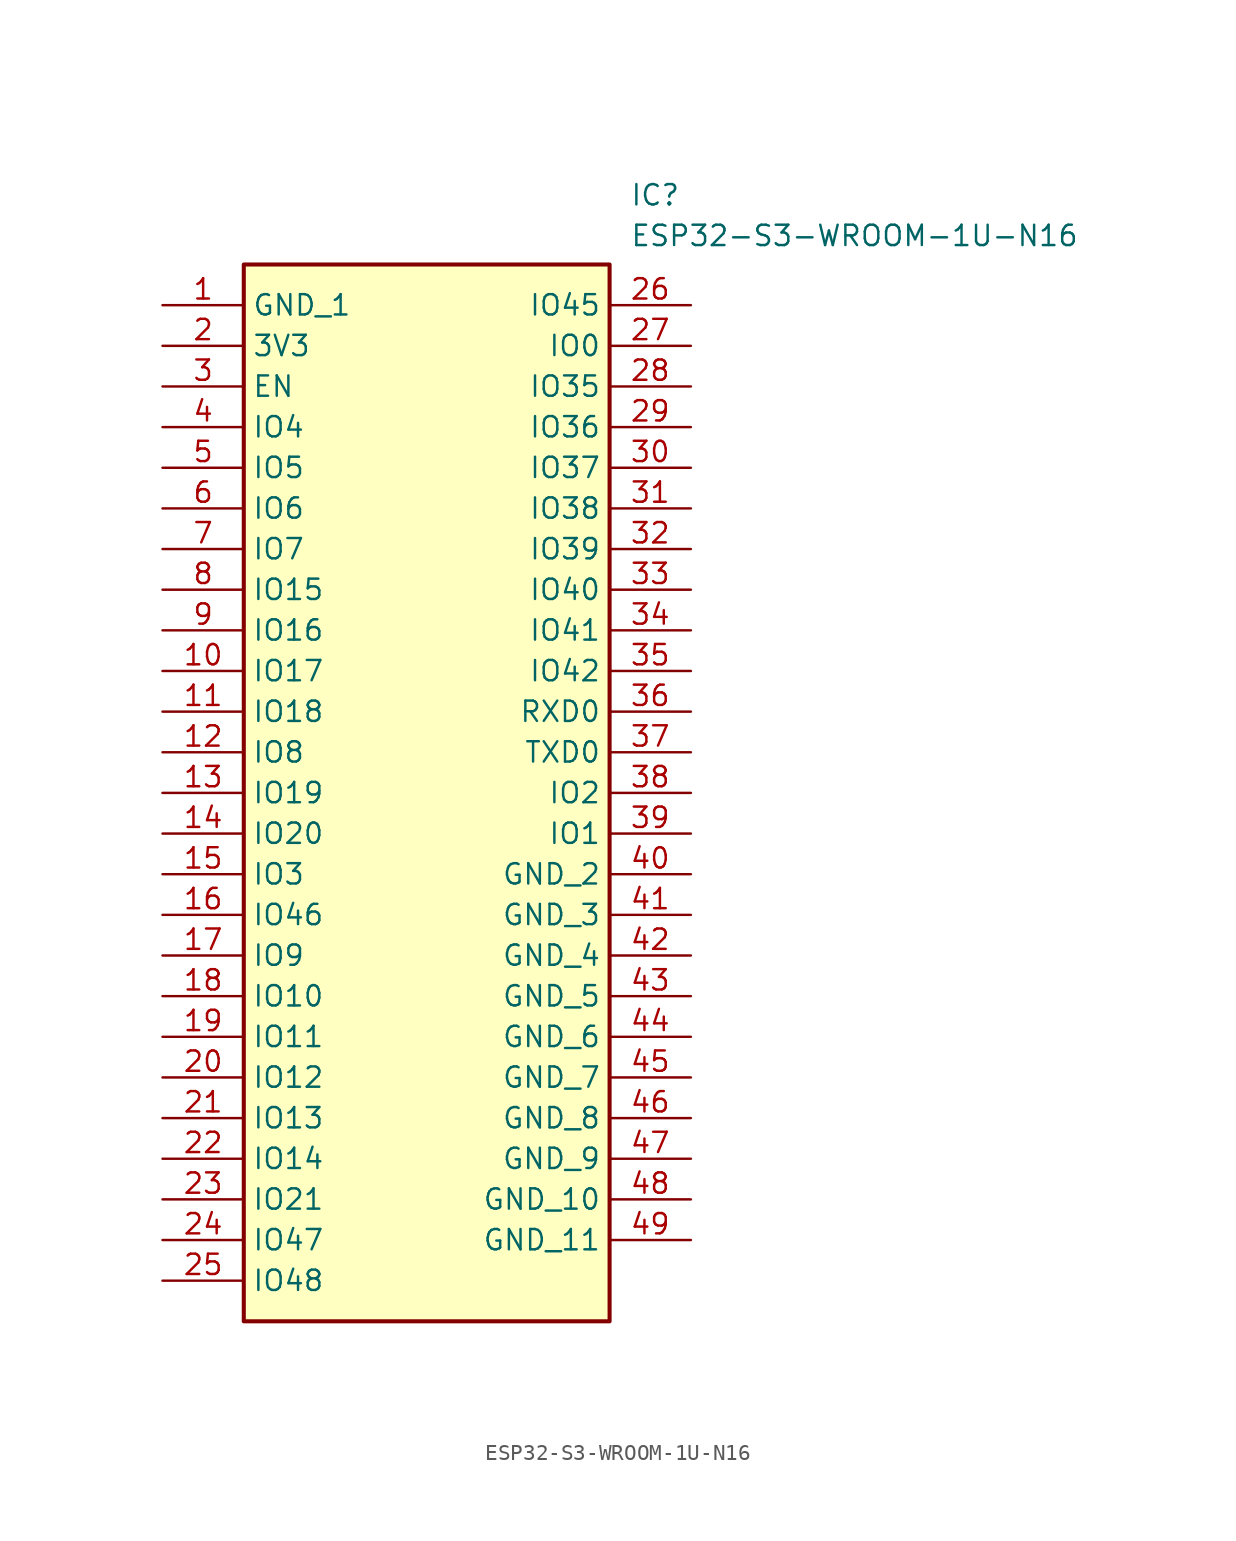
<source format=kicad_sym>
(kicad_symbol_lib
  (version 20211014)
  (generator SamacSys_ECAD_Model)
  (symbol "ESP32-S3-WROOM-1U-N16"
    (property "Reference" "IC"
      (at 29.21 7.62 0)
      (effects (font (size 1.27 1.27)) (justify left top)))
    (property "Value" "ESP32-S3-WROOM-1U-N16"
      (at 29.21 5.08 0)
      (effects (font (size 1.27 1.27)) (justify left top)))
    (rectangle
      (start 5.08 2.54)
      (end 27.94 -63.5)
      (stroke (width 0.254) (type default))
      (fill (type background)))
    (pin passive line
      (at 0 0 0)
      (length 5.08)
      (name "GND_1" (effects (font (size 1.27 1.27))))
      (number "1" (effects (font (size 1.27 1.27)))))
    (pin passive line
      (at 0 -2.54 0)
      (length 5.08)
      (name "3V3" (effects (font (size 1.27 1.27))))
      (number "2" (effects (font (size 1.27 1.27)))))
    (pin passive line
      (at 0 -5.08 0)
      (length 5.08)
      (name "EN" (effects (font (size 1.27 1.27))))
      (number "3" (effects (font (size 1.27 1.27)))))
    (pin passive line
      (at 0 -7.62 0)
      (length 5.08)
      (name "IO4" (effects (font (size 1.27 1.27))))
      (number "4" (effects (font (size 1.27 1.27)))))
    (pin passive line
      (at 0 -10.16 0)
      (length 5.08)
      (name "IO5" (effects (font (size 1.27 1.27))))
      (number "5" (effects (font (size 1.27 1.27)))))
    (pin passive line
      (at 0 -12.7 0)
      (length 5.08)
      (name "IO6" (effects (font (size 1.27 1.27))))
      (number "6" (effects (font (size 1.27 1.27)))))
    (pin passive line
      (at 0 -15.24 0)
      (length 5.08)
      (name "IO7" (effects (font (size 1.27 1.27))))
      (number "7" (effects (font (size 1.27 1.27)))))
    (pin passive line
      (at 0 -17.78 0)
      (length 5.08)
      (name "IO15" (effects (font (size 1.27 1.27))))
      (number "8" (effects (font (size 1.27 1.27)))))
    (pin passive line
      (at 0 -20.32 0)
      (length 5.08)
      (name "IO16" (effects (font (size 1.27 1.27))))
      (number "9" (effects (font (size 1.27 1.27)))))
    (pin passive line
      (at 0 -22.86 0)
      (length 5.08)
      (name "IO17" (effects (font (size 1.27 1.27))))
      (number "10" (effects (font (size 1.27 1.27)))))
    (pin passive line
      (at 0 -25.4 0)
      (length 5.08)
      (name "IO18" (effects (font (size 1.27 1.27))))
      (number "11" (effects (font (size 1.27 1.27)))))
    (pin passive line
      (at 0 -27.94 0)
      (length 5.08)
      (name "IO8" (effects (font (size 1.27 1.27))))
      (number "12" (effects (font (size 1.27 1.27)))))
    (pin passive line
      (at 0 -30.48 0)
      (length 5.08)
      (name "IO19" (effects (font (size 1.27 1.27))))
      (number "13" (effects (font (size 1.27 1.27)))))
    (pin passive line
      (at 0 -33.02 0)
      (length 5.08)
      (name "IO20" (effects (font (size 1.27 1.27))))
      (number "14" (effects (font (size 1.27 1.27)))))
    (pin passive line
      (at 0 -35.56 0)
      (length 5.08)
      (name "IO3" (effects (font (size 1.27 1.27))))
      (number "15" (effects (font (size 1.27 1.27)))))
    (pin passive line
      (at 0 -38.1 0)
      (length 5.08)
      (name "IO46" (effects (font (size 1.27 1.27))))
      (number "16" (effects (font (size 1.27 1.27)))))
    (pin passive line
      (at 0 -40.64 0)
      (length 5.08)
      (name "IO9" (effects (font (size 1.27 1.27))))
      (number "17" (effects (font (size 1.27 1.27)))))
    (pin passive line
      (at 0 -43.18 0)
      (length 5.08)
      (name "IO10" (effects (font (size 1.27 1.27))))
      (number "18" (effects (font (size 1.27 1.27)))))
    (pin passive line
      (at 0 -45.72 0)
      (length 5.08)
      (name "IO11" (effects (font (size 1.27 1.27))))
      (number "19" (effects (font (size 1.27 1.27)))))
    (pin passive line
      (at 0 -48.26 0)
      (length 5.08)
      (name "IO12" (effects (font (size 1.27 1.27))))
      (number "20" (effects (font (size 1.27 1.27)))))
    (pin passive line
      (at 0 -50.8 0)
      (length 5.08)
      (name "IO13" (effects (font (size 1.27 1.27))))
      (number "21" (effects (font (size 1.27 1.27)))))
    (pin passive line
      (at 0 -53.34 0)
      (length 5.08)
      (name "IO14" (effects (font (size 1.27 1.27))))
      (number "22" (effects (font (size 1.27 1.27)))))
    (pin passive line
      (at 0 -55.88 0)
      (length 5.08)
      (name "IO21" (effects (font (size 1.27 1.27))))
      (number "23" (effects (font (size 1.27 1.27)))))
    (pin passive line
      (at 0 -58.42 0)
      (length 5.08)
      (name "IO47" (effects (font (size 1.27 1.27))))
      (number "24" (effects (font (size 1.27 1.27)))))
    (pin passive line
      (at 0 -60.96 0)
      (length 5.08)
      (name "IO48" (effects (font (size 1.27 1.27))))
      (number "25" (effects (font (size 1.27 1.27)))))
    (pin passive line
      (at 33.02 0 180)
      (length 5.08)
      (name "IO45" (effects (font (size 1.27 1.27))))
      (number "26" (effects (font (size 1.27 1.27)))))
    (pin passive line
      (at 33.02 -2.54 180)
      (length 5.08)
      (name "IO0" (effects (font (size 1.27 1.27))))
      (number "27" (effects (font (size 1.27 1.27)))))
    (pin passive line
      (at 33.02 -5.08 180)
      (length 5.08)
      (name "IO35" (effects (font (size 1.27 1.27))))
      (number "28" (effects (font (size 1.27 1.27)))))
    (pin passive line
      (at 33.02 -7.62 180)
      (length 5.08)
      (name "IO36" (effects (font (size 1.27 1.27))))
      (number "29" (effects (font (size 1.27 1.27)))))
    (pin passive line
      (at 33.02 -10.16 180)
      (length 5.08)
      (name "IO37" (effects (font (size 1.27 1.27))))
      (number "30" (effects (font (size 1.27 1.27)))))
    (pin passive line
      (at 33.02 -12.7 180)
      (length 5.08)
      (name "IO38" (effects (font (size 1.27 1.27))))
      (number "31" (effects (font (size 1.27 1.27)))))
    (pin passive line
      (at 33.02 -15.24 180)
      (length 5.08)
      (name "IO39" (effects (font (size 1.27 1.27))))
      (number "32" (effects (font (size 1.27 1.27)))))
    (pin passive line
      (at 33.02 -17.78 180)
      (length 5.08)
      (name "IO40" (effects (font (size 1.27 1.27))))
      (number "33" (effects (font (size 1.27 1.27)))))
    (pin passive line
      (at 33.02 -20.32 180)
      (length 5.08)
      (name "IO41" (effects (font (size 1.27 1.27))))
      (number "34" (effects (font (size 1.27 1.27)))))
    (pin passive line
      (at 33.02 -22.86 180)
      (length 5.08)
      (name "IO42" (effects (font (size 1.27 1.27))))
      (number "35" (effects (font (size 1.27 1.27)))))
    (pin passive line
      (at 33.02 -25.4 180)
      (length 5.08)
      (name "RXD0" (effects (font (size 1.27 1.27))))
      (number "36" (effects (font (size 1.27 1.27)))))
    (pin passive line
      (at 33.02 -27.94 180)
      (length 5.08)
      (name "TXD0" (effects (font (size 1.27 1.27))))
      (number "37" (effects (font (size 1.27 1.27)))))
    (pin passive line
      (at 33.02 -30.48 180)
      (length 5.08)
      (name "IO2" (effects (font (size 1.27 1.27))))
      (number "38" (effects (font (size 1.27 1.27)))))
    (pin passive line
      (at 33.02 -33.02 180)
      (length 5.08)
      (name "IO1" (effects (font (size 1.27 1.27))))
      (number "39" (effects (font (size 1.27 1.27)))))
    (pin passive line
      (at 33.02 -35.56 180)
      (length 5.08)
      (name "GND_2" (effects (font (size 1.27 1.27))))
      (number "40" (effects (font (size 1.27 1.27)))))
    (pin passive line
      (at 33.02 -38.1 180)
      (length 5.08)
      (name "GND_3" (effects (font (size 1.27 1.27))))
      (number "41" (effects (font (size 1.27 1.27)))))
    (pin passive line
      (at 33.02 -40.64 180)
      (length 5.08)
      (name "GND_4" (effects (font (size 1.27 1.27))))
      (number "42" (effects (font (size 1.27 1.27)))))
    (pin passive line
      (at 33.02 -43.18 180)
      (length 5.08)
      (name "GND_5" (effects (font (size 1.27 1.27))))
      (number "43" (effects (font (size 1.27 1.27)))))
    (pin passive line
      (at 33.02 -45.72 180)
      (length 5.08)
      (name "GND_6" (effects (font (size 1.27 1.27))))
      (number "44" (effects (font (size 1.27 1.27)))))
    (pin passive line
      (at 33.02 -48.26 180)
      (length 5.08)
      (name "GND_7" (effects (font (size 1.27 1.27))))
      (number "45" (effects (font (size 1.27 1.27)))))
    (pin passive line
      (at 33.02 -50.8 180)
      (length 5.08)
      (name "GND_8" (effects (font (size 1.27 1.27))))
      (number "46" (effects (font (size 1.27 1.27)))))
    (pin passive line
      (at 33.02 -53.34 180)
      (length 5.08)
      (name "GND_9" (effects (font (size 1.27 1.27))))
      (number "47" (effects (font (size 1.27 1.27)))))
    (pin passive line
      (at 33.02 -55.88 180)
      (length 5.08)
      (name "GND_10" (effects (font (size 1.27 1.27))))
      (number "48" (effects (font (size 1.27 1.27)))))
    (pin passive line
      (at 33.02 -58.42 180)
      (length 5.08)
      (name "GND_11" (effects (font (size 1.27 1.27))))
      (number "49" (effects (font (size 1.27 1.27)))))))
</source>
